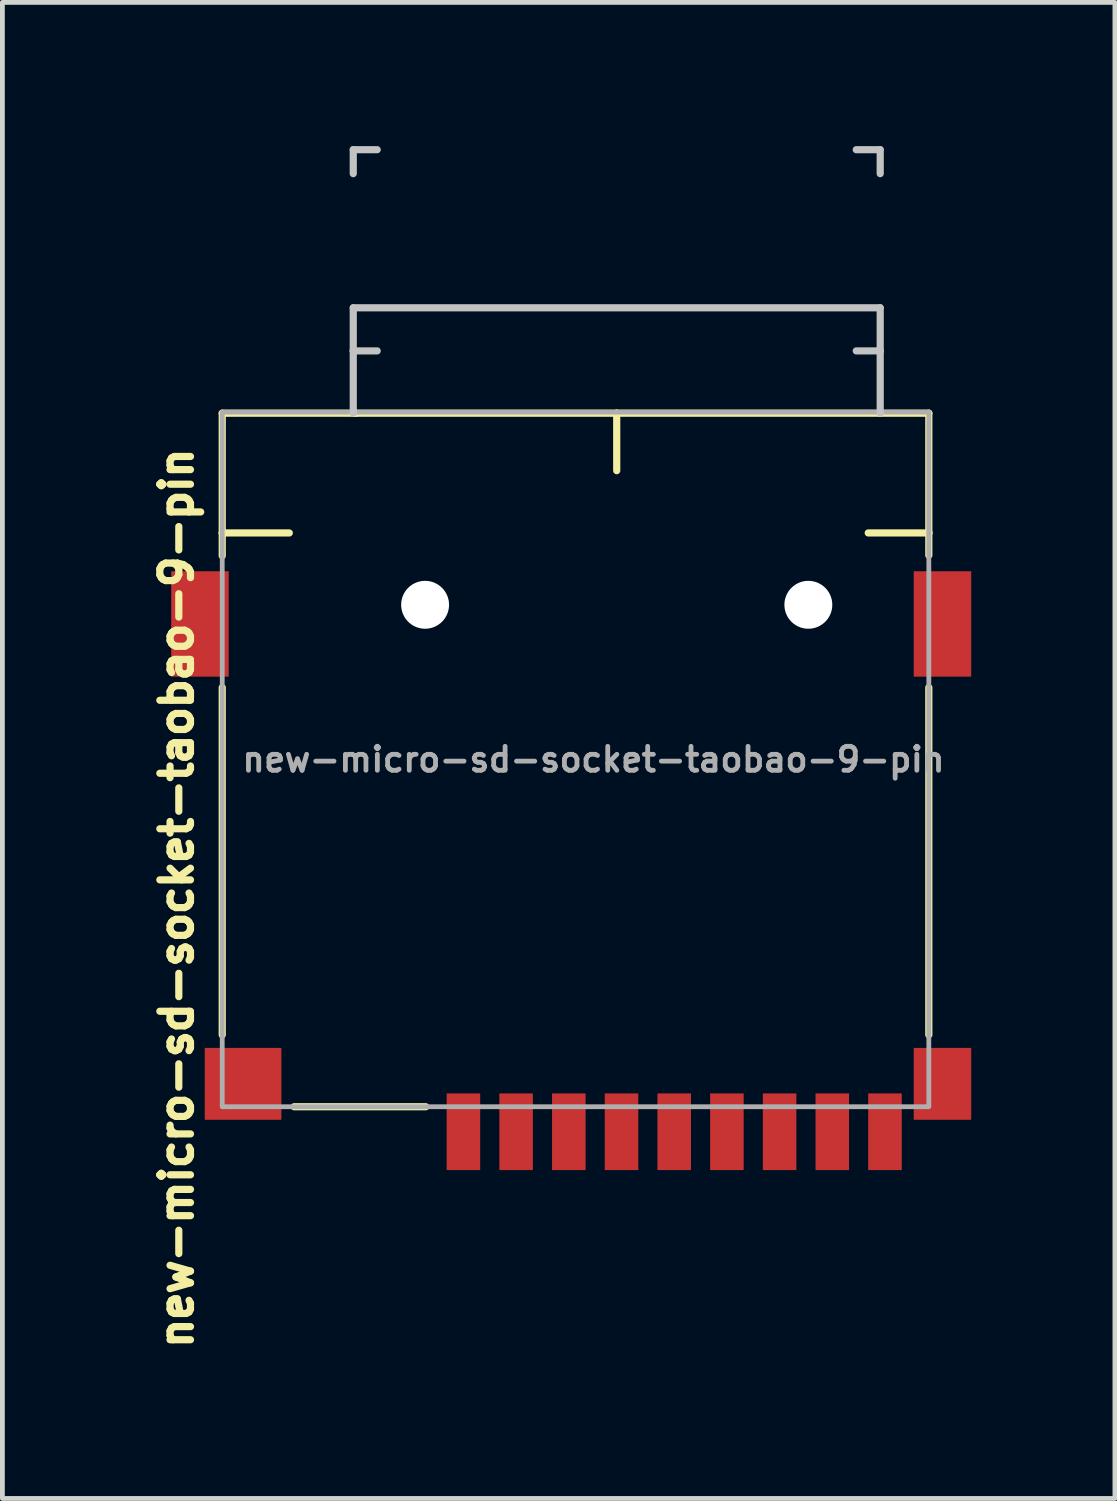
<source format=kicad_pcb>
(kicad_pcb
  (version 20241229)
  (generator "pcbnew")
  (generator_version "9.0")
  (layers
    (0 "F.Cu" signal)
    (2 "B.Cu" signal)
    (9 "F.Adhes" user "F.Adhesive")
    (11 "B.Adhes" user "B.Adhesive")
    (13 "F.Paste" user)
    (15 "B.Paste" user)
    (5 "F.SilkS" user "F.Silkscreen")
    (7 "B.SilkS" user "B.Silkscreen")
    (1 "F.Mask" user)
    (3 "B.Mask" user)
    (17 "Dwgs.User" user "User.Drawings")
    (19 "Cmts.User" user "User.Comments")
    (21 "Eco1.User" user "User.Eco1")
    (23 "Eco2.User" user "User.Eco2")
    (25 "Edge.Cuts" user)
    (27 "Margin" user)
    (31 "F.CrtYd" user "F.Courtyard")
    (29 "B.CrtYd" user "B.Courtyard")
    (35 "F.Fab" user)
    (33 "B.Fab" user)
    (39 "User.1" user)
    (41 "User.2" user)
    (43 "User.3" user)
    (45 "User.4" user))
  (footprint "new-micro-sd-socket-taobao-9-pin"
    (layer "F.Cu")
    (at 9.839 13.053)
    (property "Reference" "new-micro-sd-socket-taobao-9-pin" (at -9.201 2.645 270) (layer "F.SilkS") (effects (font (size 0.64 0.64) (thickness 0.15))))
    (attr smd)
    (fp_line (start -8.25 -7.478) (end -8.25 -4.978) (stroke (width 0.15) (type solid)) (layer "F.SilkS"))
    (fp_line (start -8.25 -4.978) (end -8.25 -4.5) (stroke (width 0.15) (type default)) (layer "F.SilkS"))
    (fp_line (start -8.25 -1.75) (end -8.25 5.5) (stroke (width 0.15) (type default)) (layer "F.SilkS"))
    (fp_line (start -6.85 -4.978) (end -8.25 -4.978) (stroke (width 0.15) (type solid)) (layer "F.SilkS"))
    (fp_line (start -6.75 7) (end -4 7) (stroke (width 0.15) (type default)) (layer "F.SilkS"))
    (fp_line (start -5.45 -7.478) (end -8.25 -7.478) (stroke (width 0.15) (type solid)) (layer "F.SilkS"))
    (fp_line (start -0.015 -7.478) (end -5.515 -7.478) (stroke (width 0.15) (type solid)) (layer "F.SilkS"))
    (fp_line (start -0.015 -6.278) (end -0.015 -7.478) (stroke (width 0.15) (type solid)) (layer "F.SilkS"))
    (fp_line (start 5.235 -4.978) (end 6.5 -4.978) (stroke (width 0.15) (type solid)) (layer "F.SilkS"))
    (fp_line (start 5.485 -7.478) (end -0.015 -7.478) (stroke (width 0.15) (type solid)) (layer "F.SilkS"))
    (fp_line (start 6.5 -7.478) (end 5.485 -7.478) (stroke (width 0.15) (type solid)) (layer "F.SilkS"))
    (fp_line (start 6.5 -7.478) (end 6.5 -4.978) (stroke (width 0.15) (type solid)) (layer "F.SilkS"))
    (fp_line (start 6.5 -4.989) (end 6.5 -4.511) (stroke (width 0.15) (type default)) (layer "F.SilkS"))
    (fp_line (start 6.5 -1.75) (end 6.5 5.5) (stroke (width 0.15) (type default)) (layer "F.SilkS"))
    (fp_line (start -5.515 -12.978) (end -5.515 -12.478) (stroke (width 0.15) (type solid)) (layer "Dwgs.User"))
    (fp_line (start -5.515 -9.678) (end -5.515 -8.778) (stroke (width 0.15) (type solid)) (layer "Dwgs.User"))
    (fp_line (start -5.515 -8.778) (end -5.515 -7.478) (stroke (width 0.15) (type solid)) (layer "Dwgs.User"))
    (fp_line (start -5.015 -12.978) (end -5.515 -12.978) (stroke (width 0.15) (type solid)) (layer "Dwgs.User"))
    (fp_line (start -5.015 -8.778) (end -5.515 -8.778) (stroke (width 0.15) (type solid)) (layer "Dwgs.User"))
    (fp_line (start 4.985 -12.978) (end 5.485 -12.978) (stroke (width 0.15) (type solid)) (layer "Dwgs.User"))
    (fp_line (start 4.985 -8.778) (end 5.485 -8.778) (stroke (width 0.15) (type solid)) (layer "Dwgs.User"))
    (fp_line (start 5.485 -12.978) (end 5.485 -12.478) (stroke (width 0.15) (type solid)) (layer "Dwgs.User"))
    (fp_line (start 5.485 -9.678) (end -5.515 -9.678) (stroke (width 0.15) (type solid)) (layer "Dwgs.User"))
    (fp_line (start 5.485 -9.678) (end 5.485 -8.778) (stroke (width 0.15) (type solid)) (layer "Dwgs.User"))
    (fp_line (start 5.485 -8.778) (end 5.485 -7.478) (stroke (width 0.15) (type solid)) (layer "Dwgs.User"))
    (fp_rect (start -8.25 -7.5) (end 6.5 7) (stroke (width 0.1) (type solid)) (fill no) (layer "F.Fab"))
    (fp_text user "${REFERENCE}" (at -0.5 -0.25 0) (layer "F.Fab") (effects (font (size 0.5 0.5) (thickness 0.1))))
    (pad "" np_thru_hole circle (at -4.015 -3.478) (size 1 1) (drill 1) (layers "*.Cu" "*.Mask"))
    (pad "" np_thru_hole circle (at 3.985 -3.478) (size 1 1) (drill 1) (layers "*.Cu" "*.Mask"))
    (pad "1" smd rect (at -3.215 7.522) (size 0.7 1.6) (layers "F.Cu" "F.Mask" "F.Paste"))
    (pad "2" smd rect (at -2.115 7.522) (size 0.7 1.6) (layers "F.Cu" "F.Mask" "F.Paste"))
    (pad "3" smd rect (at -1.015 7.522) (size 0.7 1.6) (layers "F.Cu" "F.Mask" "F.Paste"))
    (pad "4" smd rect (at 0.085 7.522) (size 0.7 1.6) (layers "F.Cu" "F.Mask" "F.Paste"))
    (pad "5" smd rect (at 1.185 7.522) (size 0.7 1.6) (layers "F.Cu" "F.Mask" "F.Paste"))
    (pad "6" smd rect (at 2.285 7.522) (size 0.7 1.6) (layers "F.Cu" "F.Mask" "F.Paste"))
    (pad "7" smd rect (at 3.385 7.522) (size 0.7 1.6) (layers "F.Cu" "F.Mask" "F.Paste"))
    (pad "8" smd rect (at 4.485 7.522) (size 0.7 1.6) (layers "F.Cu" "F.Mask" "F.Paste"))
    (pad "9" smd rect (at 5.585 7.522) (size 0.7 1.6) (layers "F.Cu" "F.Mask" "F.Paste"))
    (pad "10" smd rect (at -8.715 -3.078) (size 1.2 2.2) (layers "F.Cu" "F.Mask" "F.Paste"))
    (pad "10" smd rect (at -7.815 6.522) (size 1.6 1.5) (layers "F.Cu" "F.Mask" "F.Paste"))
    (pad "10" smd rect (at 6.785 -3.078) (size 1.2 2.2) (layers "F.Cu" "F.Mask" "F.Paste"))
    (pad "10" smd rect (at 6.785 6.522) (size 1.2 1.5) (layers "F.Cu" "F.Mask" "F.Paste")))
  (gr_rect
    (start -3 -3)
    (end 20.224 28.23)
    (stroke (width 0.1) (type default))
    (fill no)
    (layer "Edge.Cuts")))
</source>
